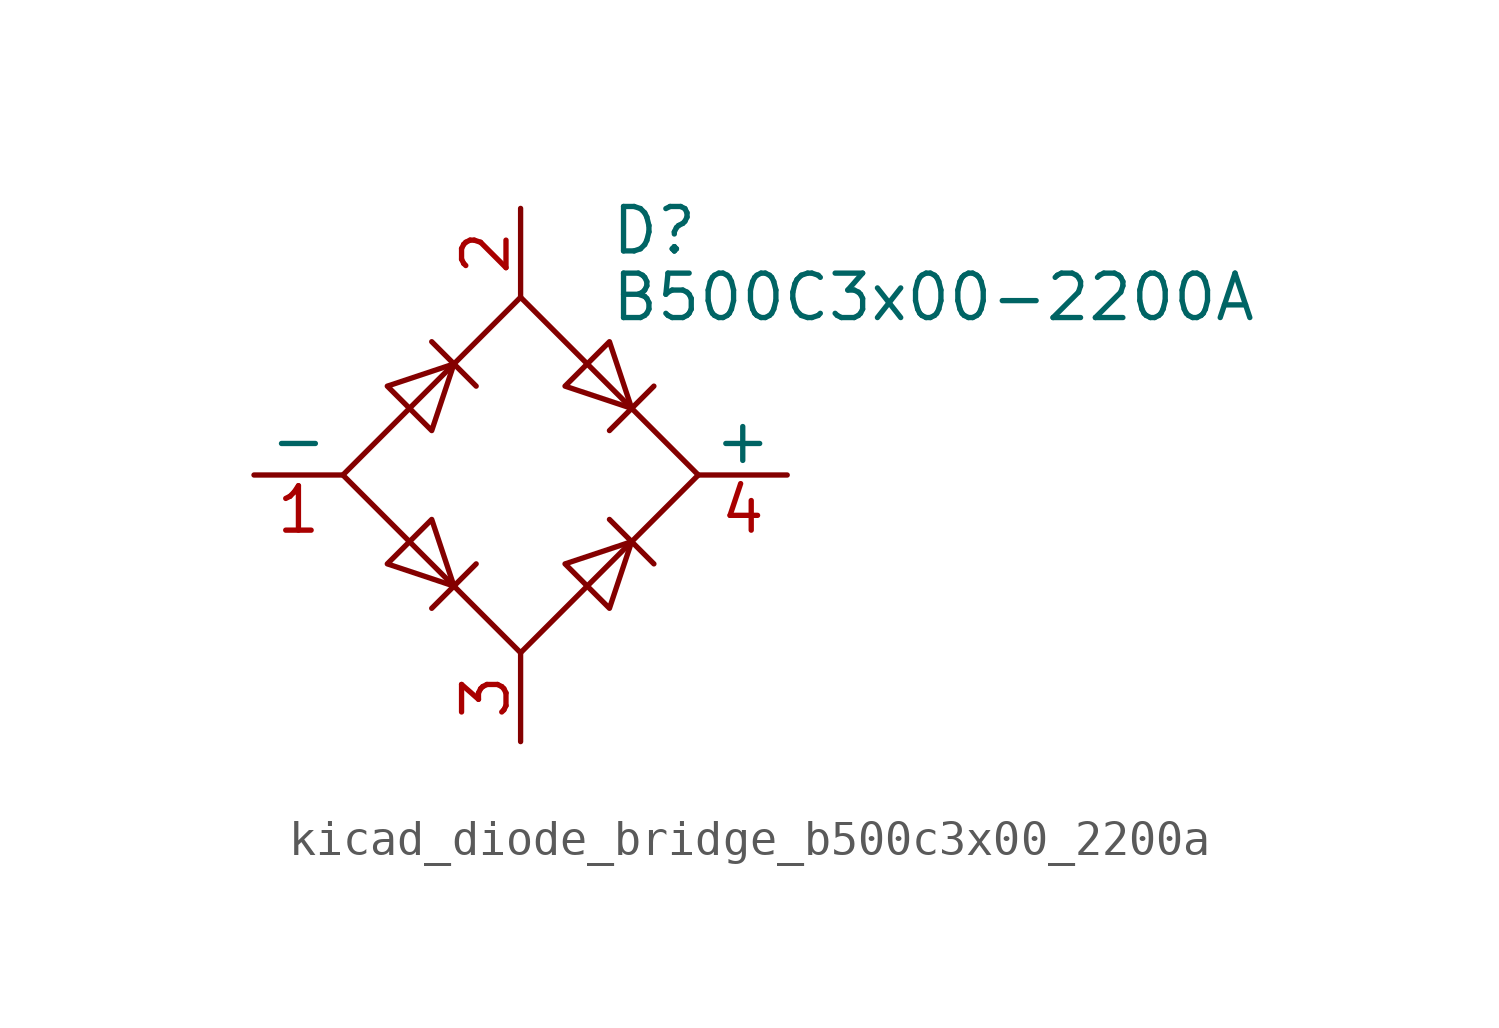
<source format=kicad_sym>
(kicad_symbol_lib
  (version 20220914)
  (generator kicad_symbol_editor)
  (symbol "kicad_diode_bridge_b500c3x00_2200a"
    (pin_names
      (offset 0))
    (property "Reference" "D"
      (at 2.54 6.985 0)
      (effects (font (size 1.27 1.27)) (justify left)))
    (property "Value" "B500C3x00-2200A"
      (at 2.54 5.08 0)
      (effects (font (size 1.27 1.27)) (justify left)))
    (symbol "kicad_diode_bridge_b500c3x00_2200a_0_1"
      (polyline (pts (xy -2.54 3.81) (xy -1.27 2.54)) (stroke (width 0) (type default)) (fill (type none)))
      (polyline (pts (xy -1.27 -2.54) (xy -2.54 -3.81)) (stroke (width 0) (type default)) (fill (type none)))
      (polyline (pts (xy 2.54 -1.27) (xy 3.81 -2.54)) (stroke (width 0) (type default)) (fill (type none)))
      (polyline (pts (xy 2.54 1.27) (xy 3.81 2.54)) (stroke (width 0) (type default)) (fill (type none)))
      (polyline (pts (xy -3.81 2.54) (xy -2.54 1.27) (xy -1.905 3.175) (xy -3.81 2.54)) (stroke (width 0) (type default)) (fill (type none)))
      (polyline (pts (xy -2.54 -1.27) (xy -3.81 -2.54) (xy -1.905 -3.175) (xy -2.54 -1.27)) (stroke (width 0) (type default)) (fill (type none)))
      (polyline (pts (xy 1.27 2.54) (xy 2.54 3.81) (xy 3.175 1.905) (xy 1.27 2.54)) (stroke (width 0) (type default)) (fill (type none)))
      (polyline (pts (xy 3.175 -1.905) (xy 1.27 -2.54) (xy 2.54 -3.81) (xy 3.175 -1.905)) (stroke (width 0) (type default)) (fill (type none)))
      (polyline (pts (xy -5.08 0) (xy 0 -5.08) (xy 5.08 0) (xy 0 5.08) (xy -5.08 0)) (stroke (width 0) (type default)) (fill (type none))))
    (symbol "kicad_diode_bridge_b500c3x00_2200a_1_1"
      (pin passive line (at -7.62 0 0) (length 2.54) (name "-" (effects (font (size 1.27 1.27)))) (number "1" (effects (font (size 1.27 1.27)))))
      (pin passive line (at 0 7.62 270) (length 2.54) (name "~" (effects (font (size 1.27 1.27)))) (number "2" (effects (font (size 1.27 1.27)))))
      (pin passive line (at 0 -7.62 90) (length 2.54) (name "~" (effects (font (size 1.27 1.27)))) (number "3" (effects (font (size 1.27 1.27)))))
      (pin passive line (at 7.62 0 180) (length 2.54) (name "+" (effects (font (size 1.27 1.27)))) (number "4" (effects (font (size 1.27 1.27))))))))
</source>
